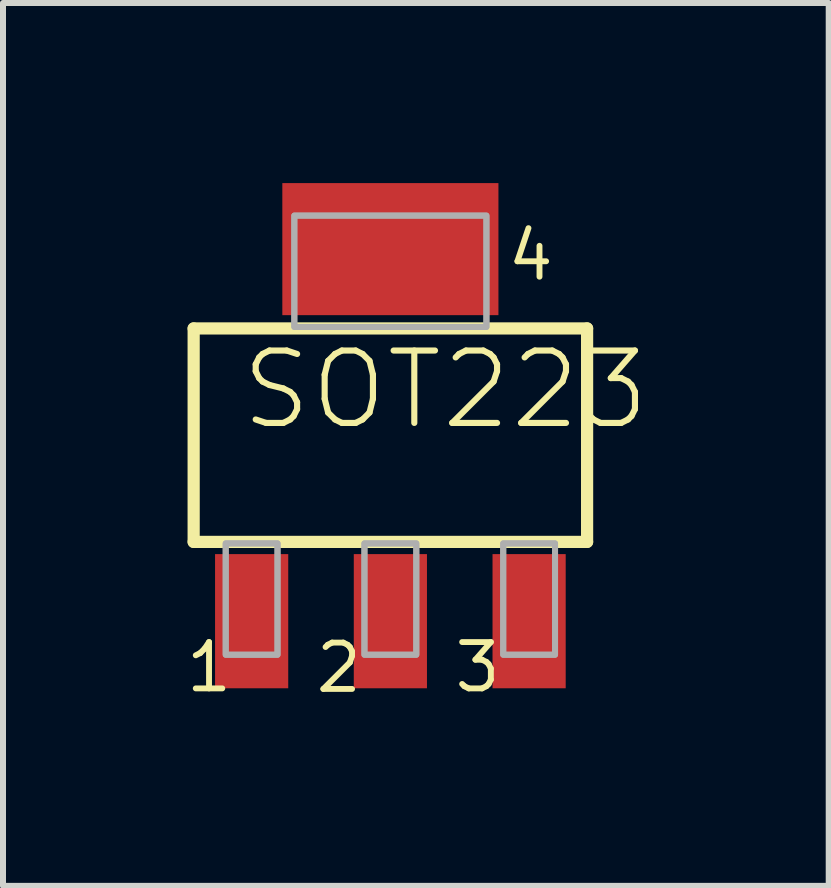
<source format=kicad_pcb>
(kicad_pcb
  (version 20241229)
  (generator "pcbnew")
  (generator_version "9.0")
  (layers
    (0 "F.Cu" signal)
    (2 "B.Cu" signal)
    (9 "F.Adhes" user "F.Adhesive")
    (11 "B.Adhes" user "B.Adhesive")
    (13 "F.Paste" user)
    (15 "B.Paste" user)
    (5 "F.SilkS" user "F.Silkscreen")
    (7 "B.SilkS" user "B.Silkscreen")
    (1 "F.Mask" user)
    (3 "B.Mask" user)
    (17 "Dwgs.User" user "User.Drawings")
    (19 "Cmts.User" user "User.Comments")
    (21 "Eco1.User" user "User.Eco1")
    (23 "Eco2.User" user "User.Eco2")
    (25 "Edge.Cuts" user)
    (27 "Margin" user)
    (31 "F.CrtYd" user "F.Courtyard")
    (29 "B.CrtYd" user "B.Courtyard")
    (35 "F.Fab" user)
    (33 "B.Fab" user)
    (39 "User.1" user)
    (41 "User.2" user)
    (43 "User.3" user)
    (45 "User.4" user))
  (footprint "SOT223"
    (layer "F.Cu")
    (at 3.453 4.199)
    (property "Reference" "SOT223" (at -2.54 -0.051 0) (layer "F.SilkS") (effects (font (size 1.206 1.206) (thickness 0.102)) (justify left bottom)))
    (attr through_hole)
    (fp_line (start -3.277 -1.778) (end 3.277 -1.778) (stroke (width 0.203) (type solid)) (layer "F.SilkS"))
    (fp_line (start -3.277 1.778) (end -3.277 -1.778) (stroke (width 0.203) (type solid)) (layer "F.SilkS"))
    (fp_line (start 3.277 -1.778) (end 3.277 1.778) (stroke (width 0.203) (type solid)) (layer "F.SilkS"))
    (fp_line (start 3.277 1.778) (end -3.277 1.778) (stroke (width 0.203) (type solid)) (layer "F.SilkS"))
    (fp_poly (pts (xy -2.743 3.658) (xy -1.88 3.658) (xy -1.88 1.803) (xy -2.743 1.803)) (stroke (width 0.1) (type solid)) (fill no) (layer "F.Fab"))
    (fp_poly (pts (xy -2.743 3.658) (xy -1.88 3.658) (xy -1.88 1.803) (xy -2.743 1.803)) (stroke (width 0.1) (type solid)) (fill no) (layer "F.Fab"))
    (fp_poly (pts (xy -1.6 -1.803) (xy 1.6 -1.803) (xy 1.6 -3.658) (xy -1.6 -3.658)) (stroke (width 0.1) (type solid)) (fill no) (layer "F.Fab"))
    (fp_poly (pts (xy -1.6 -1.803) (xy 1.6 -1.803) (xy 1.6 -3.658) (xy -1.6 -3.658)) (stroke (width 0.1) (type solid)) (fill no) (layer "F.Fab"))
    (fp_poly (pts (xy -0.432 3.658) (xy 0.432 3.658) (xy 0.432 1.803) (xy -0.432 1.803)) (stroke (width 0.1) (type solid)) (fill no) (layer "F.Fab"))
    (fp_poly (pts (xy -0.432 3.658) (xy 0.432 3.658) (xy 0.432 1.803) (xy -0.432 1.803)) (stroke (width 0.1) (type solid)) (fill no) (layer "F.Fab"))
    (fp_poly (pts (xy 1.88 3.658) (xy 2.743 3.658) (xy 2.743 1.803) (xy 1.88 1.803)) (stroke (width 0.1) (type solid)) (fill no) (layer "F.Fab"))
    (fp_poly (pts (xy 1.88 3.658) (xy 2.743 3.658) (xy 2.743 1.803) (xy 1.88 1.803)) (stroke (width 0.1) (type solid)) (fill no) (layer "F.Fab"))
    (fp_text user "4" (at 1.905 -2.54 0) (layer "F.SilkS") (effects (font (size 0.772 0.772) (thickness 0.098)) (justify left bottom)))
    (fp_text user "2" (at -1.291 4.327 0) (layer "F.SilkS") (effects (font (size 0.772 0.772) (thickness 0.098)) (justify left bottom)))
    (fp_text user "1" (at -3.453 4.318 0) (layer "F.SilkS") (effects (font (size 0.772 0.772) (thickness 0.098)) (justify left bottom)))
    (fp_text user "3" (at 1.021 4.318 0) (layer "F.SilkS") (effects (font (size 0.772 0.772) (thickness 0.098)) (justify left bottom)))
    (pad "1" smd rect (at -2.311 3.099) (size 1.219 2.235) (layers "F.Cu" "F.Mask" "F.Paste"))
    (pad "2" smd rect (at 0 3.099) (size 1.219 2.235) (layers "F.Cu" "F.Mask" "F.Paste"))
    (pad "3" smd rect (at 2.311 3.099) (size 1.219 2.235) (layers "F.Cu" "F.Mask" "F.Paste"))
    (pad "4" smd rect (at 0 -3.099) (size 3.6 2.2) (layers "F.Cu" "F.Mask" "F.Paste")))
  (gr_rect
    (start -3 -3)
    (end 10.755 11.707)
    (stroke (width 0.1) (type default))
    (fill no)
    (layer "Edge.Cuts")))
</source>
